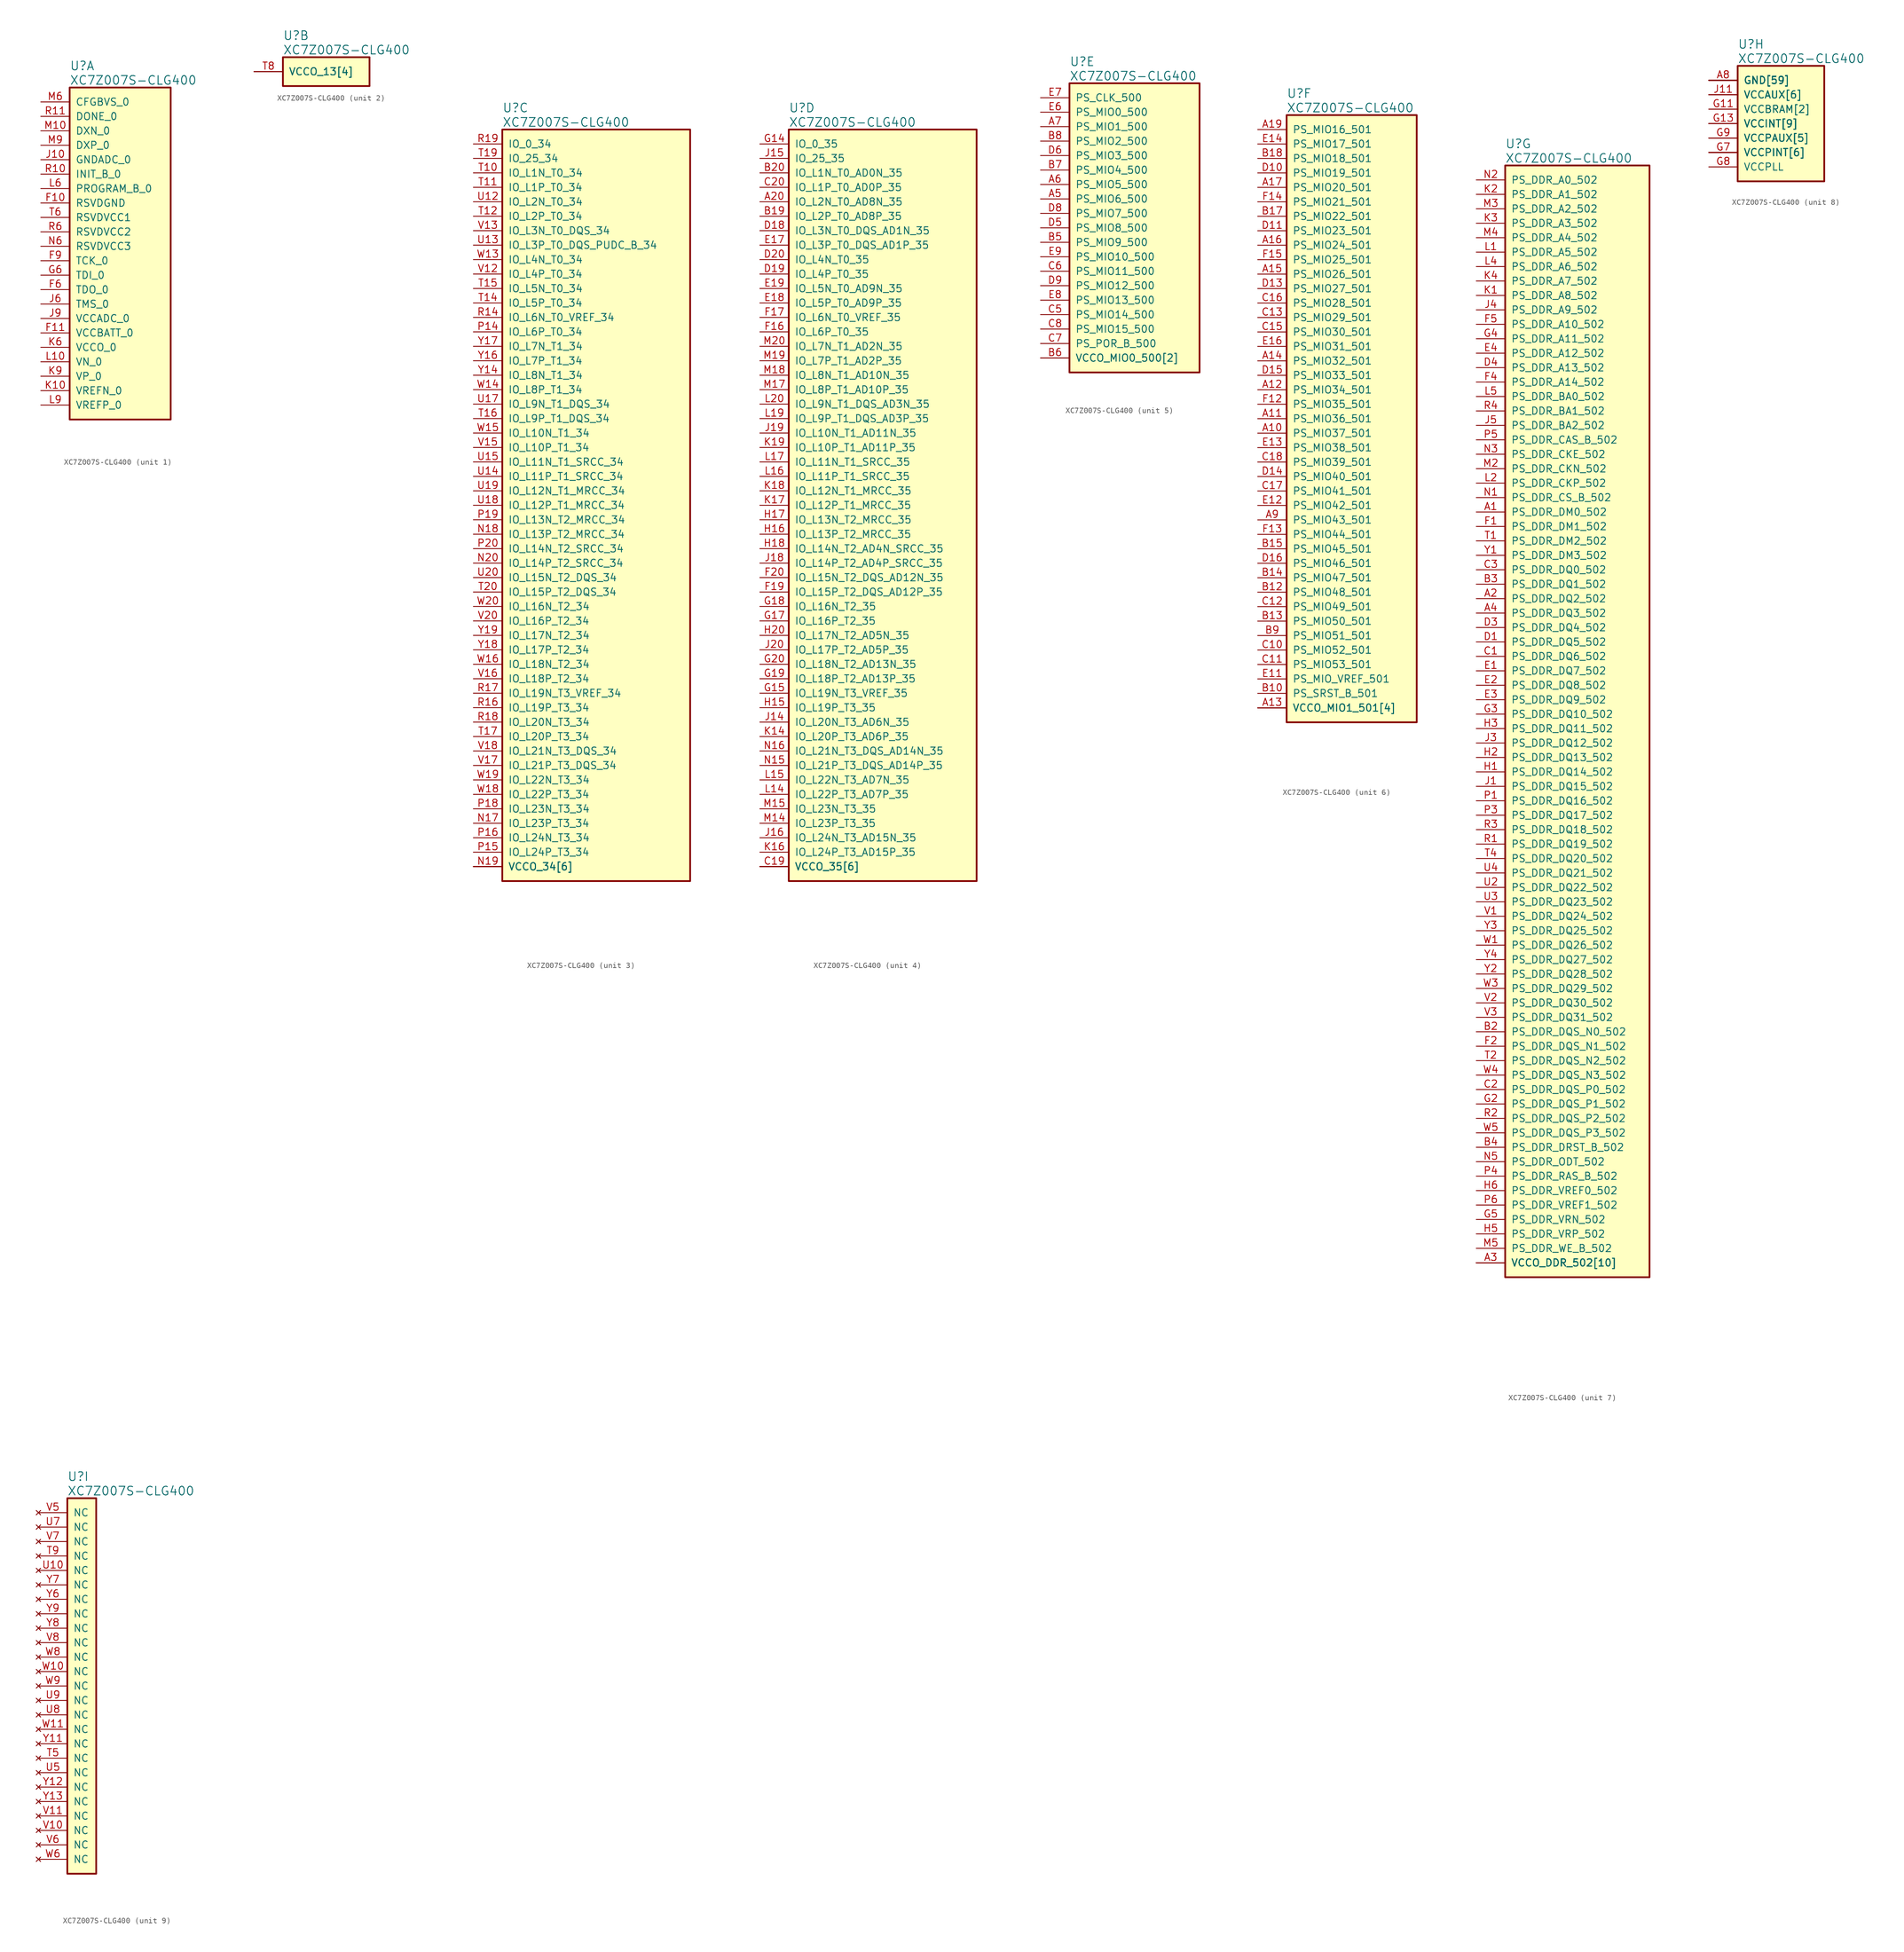
<source format=kicad_sym>
(kicad_symbol_lib
  (version 20231120)
  (generator "kicad_symbol_editor")
  (generator_version "8.0")
  (symbol "XC7Z007S-CLG400"
    (pin_names
      (offset 1.016))
    (property "Reference" "U"
      (at 5.08 6.35 0)
      (effects (font (size 1.524 1.524)) (justify left)))
    (property "Value" "XC7Z007S-CLG400"
      (at 5.08 3.81 0)
      (effects (font (size 1.524 1.524)) (justify left)))
    (property "ki_locked" ""
      (at 0 0 0)
      (effects (font (size 1.27 1.27))))
    (symbol "XC7Z007S-CLG400_1_1"
      (rectangle (start 5.08 2.54) (end 22.86 -55.88) (stroke (width 0.305) (type default)) (fill (type background)))
      (pin power_in line (at 0 -17.78 0) (length 5.08) (name "RSVDGND" (effects (font (size 1.27 1.27)))) (number "F10" (effects (font (size 1.27 1.27)))))
      (pin power_in line (at 0 -40.64 0) (length 5.08) (name "VCCBATT_0" (effects (font (size 1.27 1.27)))) (number "F11" (effects (font (size 1.27 1.27)))))
      (pin output line (at 0 -33.02 0) (length 5.08) (name "TDO_0" (effects (font (size 1.27 1.27)))) (number "F6" (effects (font (size 1.27 1.27)))))
      (pin input line (at 0 -27.94 0) (length 5.08) (name "TCK_0" (effects (font (size 1.27 1.27)))) (number "F9" (effects (font (size 1.27 1.27)))))
      (pin input line (at 0 -30.48 0) (length 5.08) (name "TDI_0" (effects (font (size 1.27 1.27)))) (number "G6" (effects (font (size 1.27 1.27)))))
      (pin power_in line (at 0 -10.16 0) (length 5.08) (name "GNDADC_0" (effects (font (size 1.27 1.27)))) (number "J10" (effects (font (size 1.27 1.27)))))
      (pin input line (at 0 -35.56 0) (length 5.08) (name "TMS_0" (effects (font (size 1.27 1.27)))) (number "J6" (effects (font (size 1.27 1.27)))))
      (pin power_in line (at 0 -38.1 0) (length 5.08) (name "VCCADC_0" (effects (font (size 1.27 1.27)))) (number "J9" (effects (font (size 1.27 1.27)))))
      (pin input line (at 0 -50.8 0) (length 5.08) (name "VREFN_0" (effects (font (size 1.27 1.27)))) (number "K10" (effects (font (size 1.27 1.27)))))
      (pin power_in line (at 0 -43.18 0) (length 5.08) (name "VCCO_0" (effects (font (size 1.27 1.27)))) (number "K6" (effects (font (size 1.27 1.27)))))
      (pin input line (at 0 -48.26 0) (length 5.08) (name "VP_0" (effects (font (size 1.27 1.27)))) (number "K9" (effects (font (size 1.27 1.27)))))
      (pin input line (at 0 -45.72 0) (length 5.08) (name "VN_0" (effects (font (size 1.27 1.27)))) (number "L10" (effects (font (size 1.27 1.27)))))
      (pin input line (at 0 -15.24 0) (length 5.08) (name "PROGRAM_B_0" (effects (font (size 1.27 1.27)))) (number "L6" (effects (font (size 1.27 1.27)))))
      (pin input line (at 0 -53.34 0) (length 5.08) (name "VREFP_0" (effects (font (size 1.27 1.27)))) (number "L9" (effects (font (size 1.27 1.27)))))
      (pin passive line (at 0 -5.08 0) (length 5.08) (name "DXN_0" (effects (font (size 1.27 1.27)))) (number "M10" (effects (font (size 1.27 1.27)))))
      (pin input line (at 0 0 0) (length 5.08) (name "CFGBVS_0" (effects (font (size 1.27 1.27)))) (number "M6" (effects (font (size 1.27 1.27)))))
      (pin passive line (at 0 -7.62 0) (length 5.08) (name "DXP_0" (effects (font (size 1.27 1.27)))) (number "M9" (effects (font (size 1.27 1.27)))))
      (pin power_in line (at 0 -25.4 0) (length 5.08) (name "RSVDVCC3" (effects (font (size 1.27 1.27)))) (number "N6" (effects (font (size 1.27 1.27)))))
      (pin input line (at 0 -12.7 0) (length 5.08) (name "INIT_B_0" (effects (font (size 1.27 1.27)))) (number "R10" (effects (font (size 1.27 1.27)))))
      (pin output line (at 0 -2.54 0) (length 5.08) (name "DONE_0" (effects (font (size 1.27 1.27)))) (number "R11" (effects (font (size 1.27 1.27)))))
      (pin power_in line (at 0 -22.86 0) (length 5.08) (name "RSVDVCC2" (effects (font (size 1.27 1.27)))) (number "R6" (effects (font (size 1.27 1.27)))))
      (pin power_in line (at 0 -20.32 0) (length 5.08) (name "RSVDVCC1" (effects (font (size 1.27 1.27)))) (number "T6" (effects (font (size 1.27 1.27))))))
    (symbol "XC7Z007S-CLG400_2_1"
      (rectangle (start 5.08 2.54) (end 20.32 -2.54) (stroke (width 0.305) (type default)) (fill (type background)))
      (pin power_in line (at 0 0 0) (length 5.08) (name "VCCO_13[4]" (effects (font (size 1.27 1.27)))) (number "T8" (effects (font (size 1.27 1.27)))))
      (pin power_in line (at 0 0 0) (length 5.08) (name "VCCO_13[4]" (effects (font (size 1.27 1.27)))) (number "U11" (effects (font (size 0 0)))))
      (pin power_in line (at 0 0 0) (length 5.08) (name "VCCO_13[4]" (effects (font (size 1.27 1.27)))) (number "W7" (effects (font (size 0 0)))))
      (pin power_in line (at 0 0 0) (length 5.08) (name "VCCO_13[4]" (effects (font (size 1.27 1.27)))) (number "Y10" (effects (font (size 0 0))))))
    (symbol "XC7Z007S-CLG400_3_1"
      (rectangle (start 5.08 2.54) (end 38.1 -129.54) (stroke (width 0.305) (type default)) (fill (type background)))
      (pin bidirectional line (at 0 -119.38 0) (length 5.08) (name "IO_L23P_T3_34" (effects (font (size 1.27 1.27)))) (number "N17" (effects (font (size 1.27 1.27)))))
      (pin bidirectional line (at 0 -68.58 0) (length 5.08) (name "IO_L13P_T2_MRCC_34" (effects (font (size 1.27 1.27)))) (number "N18" (effects (font (size 1.27 1.27)))))
      (pin power_in line (at 0 -127 0) (length 5.08) (name "VCCO_34[6]" (effects (font (size 1.27 1.27)))) (number "N19" (effects (font (size 1.27 1.27)))))
      (pin bidirectional line (at 0 -73.66 0) (length 5.08) (name "IO_L14P_T2_SRCC_34" (effects (font (size 1.27 1.27)))) (number "N20" (effects (font (size 1.27 1.27)))))
      (pin bidirectional line (at 0 -33.02 0) (length 5.08) (name "IO_L6P_T0_34" (effects (font (size 1.27 1.27)))) (number "P14" (effects (font (size 1.27 1.27)))))
      (pin bidirectional line (at 0 -124.46 0) (length 5.08) (name "IO_L24P_T3_34" (effects (font (size 1.27 1.27)))) (number "P15" (effects (font (size 1.27 1.27)))))
      (pin bidirectional line (at 0 -121.92 0) (length 5.08) (name "IO_L24N_T3_34" (effects (font (size 1.27 1.27)))) (number "P16" (effects (font (size 1.27 1.27)))))
      (pin bidirectional line (at 0 -116.84 0) (length 5.08) (name "IO_L23N_T3_34" (effects (font (size 1.27 1.27)))) (number "P18" (effects (font (size 1.27 1.27)))))
      (pin bidirectional line (at 0 -66.04 0) (length 5.08) (name "IO_L13N_T2_MRCC_34" (effects (font (size 1.27 1.27)))) (number "P19" (effects (font (size 1.27 1.27)))))
      (pin bidirectional line (at 0 -71.12 0) (length 5.08) (name "IO_L14N_T2_SRCC_34" (effects (font (size 1.27 1.27)))) (number "P20" (effects (font (size 1.27 1.27)))))
      (pin bidirectional line (at 0 -30.48 0) (length 5.08) (name "IO_L6N_T0_VREF_34" (effects (font (size 1.27 1.27)))) (number "R14" (effects (font (size 1.27 1.27)))))
      (pin power_in line (at 0 -127 0) (length 5.08) (name "VCCO_34[6]" (effects (font (size 1.27 1.27)))) (number "R15" (effects (font (size 0 0)))))
      (pin bidirectional line (at 0 -99.06 0) (length 5.08) (name "IO_L19P_T3_34" (effects (font (size 1.27 1.27)))) (number "R16" (effects (font (size 1.27 1.27)))))
      (pin bidirectional line (at 0 -96.52 0) (length 5.08) (name "IO_L19N_T3_VREF_34" (effects (font (size 1.27 1.27)))) (number "R17" (effects (font (size 1.27 1.27)))))
      (pin bidirectional line (at 0 -101.6 0) (length 5.08) (name "IO_L20N_T3_34" (effects (font (size 1.27 1.27)))) (number "R18" (effects (font (size 1.27 1.27)))))
      (pin bidirectional line (at 0 0 0) (length 5.08) (name "IO_0_34" (effects (font (size 1.27 1.27)))) (number "R19" (effects (font (size 1.27 1.27)))))
      (pin bidirectional line (at 0 -5.08 0) (length 5.08) (name "IO_L1N_T0_34" (effects (font (size 1.27 1.27)))) (number "T10" (effects (font (size 1.27 1.27)))))
      (pin bidirectional line (at 0 -7.62 0) (length 5.08) (name "IO_L1P_T0_34" (effects (font (size 1.27 1.27)))) (number "T11" (effects (font (size 1.27 1.27)))))
      (pin bidirectional line (at 0 -12.7 0) (length 5.08) (name "IO_L2P_T0_34" (effects (font (size 1.27 1.27)))) (number "T12" (effects (font (size 1.27 1.27)))))
      (pin bidirectional line (at 0 -27.94 0) (length 5.08) (name "IO_L5P_T0_34" (effects (font (size 1.27 1.27)))) (number "T14" (effects (font (size 1.27 1.27)))))
      (pin bidirectional line (at 0 -25.4 0) (length 5.08) (name "IO_L5N_T0_34" (effects (font (size 1.27 1.27)))) (number "T15" (effects (font (size 1.27 1.27)))))
      (pin bidirectional line (at 0 -48.26 0) (length 5.08) (name "IO_L9P_T1_DQS_34" (effects (font (size 1.27 1.27)))) (number "T16" (effects (font (size 1.27 1.27)))))
      (pin bidirectional line (at 0 -104.14 0) (length 5.08) (name "IO_L20P_T3_34" (effects (font (size 1.27 1.27)))) (number "T17" (effects (font (size 1.27 1.27)))))
      (pin power_in line (at 0 -127 0) (length 5.08) (name "VCCO_34[6]" (effects (font (size 1.27 1.27)))) (number "T18" (effects (font (size 0 0)))))
      (pin bidirectional line (at 0 -2.54 0) (length 5.08) (name "IO_25_34" (effects (font (size 1.27 1.27)))) (number "T19" (effects (font (size 1.27 1.27)))))
      (pin bidirectional line (at 0 -78.74 0) (length 5.08) (name "IO_L15P_T2_DQS_34" (effects (font (size 1.27 1.27)))) (number "T20" (effects (font (size 1.27 1.27)))))
      (pin bidirectional line (at 0 -10.16 0) (length 5.08) (name "IO_L2N_T0_34" (effects (font (size 1.27 1.27)))) (number "U12" (effects (font (size 1.27 1.27)))))
      (pin bidirectional line (at 0 -17.78 0) (length 5.08) (name "IO_L3P_T0_DQS_PUDC_B_34" (effects (font (size 1.27 1.27)))) (number "U13" (effects (font (size 1.27 1.27)))))
      (pin bidirectional line (at 0 -58.42 0) (length 5.08) (name "IO_L11P_T1_SRCC_34" (effects (font (size 1.27 1.27)))) (number "U14" (effects (font (size 1.27 1.27)))))
      (pin bidirectional line (at 0 -55.88 0) (length 5.08) (name "IO_L11N_T1_SRCC_34" (effects (font (size 1.27 1.27)))) (number "U15" (effects (font (size 1.27 1.27)))))
      (pin bidirectional line (at 0 -45.72 0) (length 5.08) (name "IO_L9N_T1_DQS_34" (effects (font (size 1.27 1.27)))) (number "U17" (effects (font (size 1.27 1.27)))))
      (pin bidirectional line (at 0 -63.5 0) (length 5.08) (name "IO_L12P_T1_MRCC_34" (effects (font (size 1.27 1.27)))) (number "U18" (effects (font (size 1.27 1.27)))))
      (pin bidirectional line (at 0 -60.96 0) (length 5.08) (name "IO_L12N_T1_MRCC_34" (effects (font (size 1.27 1.27)))) (number "U19" (effects (font (size 1.27 1.27)))))
      (pin bidirectional line (at 0 -76.2 0) (length 5.08) (name "IO_L15N_T2_DQS_34" (effects (font (size 1.27 1.27)))) (number "U20" (effects (font (size 1.27 1.27)))))
      (pin bidirectional line (at 0 -22.86 0) (length 5.08) (name "IO_L4P_T0_34" (effects (font (size 1.27 1.27)))) (number "V12" (effects (font (size 1.27 1.27)))))
      (pin bidirectional line (at 0 -15.24 0) (length 5.08) (name "IO_L3N_T0_DQS_34" (effects (font (size 1.27 1.27)))) (number "V13" (effects (font (size 1.27 1.27)))))
      (pin power_in line (at 0 -127 0) (length 5.08) (name "VCCO_34[6]" (effects (font (size 1.27 1.27)))) (number "V14" (effects (font (size 0 0)))))
      (pin bidirectional line (at 0 -53.34 0) (length 5.08) (name "IO_L10P_T1_34" (effects (font (size 1.27 1.27)))) (number "V15" (effects (font (size 1.27 1.27)))))
      (pin bidirectional line (at 0 -93.98 0) (length 5.08) (name "IO_L18P_T2_34" (effects (font (size 1.27 1.27)))) (number "V16" (effects (font (size 1.27 1.27)))))
      (pin bidirectional line (at 0 -109.22 0) (length 5.08) (name "IO_L21P_T3_DQS_34" (effects (font (size 1.27 1.27)))) (number "V17" (effects (font (size 1.27 1.27)))))
      (pin bidirectional line (at 0 -106.68 0) (length 5.08) (name "IO_L21N_T3_DQS_34" (effects (font (size 1.27 1.27)))) (number "V18" (effects (font (size 1.27 1.27)))))
      (pin bidirectional line (at 0 -83.82 0) (length 5.08) (name "IO_L16P_T2_34" (effects (font (size 1.27 1.27)))) (number "V20" (effects (font (size 1.27 1.27)))))
      (pin bidirectional line (at 0 -20.32 0) (length 5.08) (name "IO_L4N_T0_34" (effects (font (size 1.27 1.27)))) (number "W13" (effects (font (size 1.27 1.27)))))
      (pin bidirectional line (at 0 -43.18 0) (length 5.08) (name "IO_L8P_T1_34" (effects (font (size 1.27 1.27)))) (number "W14" (effects (font (size 1.27 1.27)))))
      (pin bidirectional line (at 0 -50.8 0) (length 5.08) (name "IO_L10N_T1_34" (effects (font (size 1.27 1.27)))) (number "W15" (effects (font (size 1.27 1.27)))))
      (pin bidirectional line (at 0 -91.44 0) (length 5.08) (name "IO_L18N_T2_34" (effects (font (size 1.27 1.27)))) (number "W16" (effects (font (size 1.27 1.27)))))
      (pin power_in line (at 0 -127 0) (length 5.08) (name "VCCO_34[6]" (effects (font (size 1.27 1.27)))) (number "W17" (effects (font (size 0 0)))))
      (pin bidirectional line (at 0 -114.3 0) (length 5.08) (name "IO_L22P_T3_34" (effects (font (size 1.27 1.27)))) (number "W18" (effects (font (size 1.27 1.27)))))
      (pin bidirectional line (at 0 -111.76 0) (length 5.08) (name "IO_L22N_T3_34" (effects (font (size 1.27 1.27)))) (number "W19" (effects (font (size 1.27 1.27)))))
      (pin bidirectional line (at 0 -81.28 0) (length 5.08) (name "IO_L16N_T2_34" (effects (font (size 1.27 1.27)))) (number "W20" (effects (font (size 1.27 1.27)))))
      (pin bidirectional line (at 0 -40.64 0) (length 5.08) (name "IO_L8N_T1_34" (effects (font (size 1.27 1.27)))) (number "Y14" (effects (font (size 1.27 1.27)))))
      (pin bidirectional line (at 0 -38.1 0) (length 5.08) (name "IO_L7P_T1_34" (effects (font (size 1.27 1.27)))) (number "Y16" (effects (font (size 1.27 1.27)))))
      (pin bidirectional line (at 0 -35.56 0) (length 5.08) (name "IO_L7N_T1_34" (effects (font (size 1.27 1.27)))) (number "Y17" (effects (font (size 1.27 1.27)))))
      (pin bidirectional line (at 0 -88.9 0) (length 5.08) (name "IO_L17P_T2_34" (effects (font (size 1.27 1.27)))) (number "Y18" (effects (font (size 1.27 1.27)))))
      (pin bidirectional line (at 0 -86.36 0) (length 5.08) (name "IO_L17N_T2_34" (effects (font (size 1.27 1.27)))) (number "Y19" (effects (font (size 1.27 1.27)))))
      (pin power_in line (at 0 -127 0) (length 5.08) (name "VCCO_34[6]" (effects (font (size 1.27 1.27)))) (number "Y20" (effects (font (size 0 0))))))
    (symbol "XC7Z007S-CLG400_4_1"
      (rectangle (start 5.08 2.54) (end 38.1 -129.54) (stroke (width 0.305) (type default)) (fill (type background)))
      (pin bidirectional line (at 0 -10.16 0) (length 5.08) (name "IO_L2N_T0_AD8N_35" (effects (font (size 1.27 1.27)))) (number "A20" (effects (font (size 1.27 1.27)))))
      (pin bidirectional line (at 0 -12.7 0) (length 5.08) (name "IO_L2P_T0_AD8P_35" (effects (font (size 1.27 1.27)))) (number "B19" (effects (font (size 1.27 1.27)))))
      (pin bidirectional line (at 0 -5.08 0) (length 5.08) (name "IO_L1N_T0_AD0N_35" (effects (font (size 1.27 1.27)))) (number "B20" (effects (font (size 1.27 1.27)))))
      (pin power_in line (at 0 -127 0) (length 5.08) (name "VCCO_35[6]" (effects (font (size 1.27 1.27)))) (number "C19" (effects (font (size 1.27 1.27)))))
      (pin bidirectional line (at 0 -7.62 0) (length 5.08) (name "IO_L1P_T0_AD0P_35" (effects (font (size 1.27 1.27)))) (number "C20" (effects (font (size 1.27 1.27)))))
      (pin bidirectional line (at 0 -15.24 0) (length 5.08) (name "IO_L3N_T0_DQS_AD1N_35" (effects (font (size 1.27 1.27)))) (number "D18" (effects (font (size 1.27 1.27)))))
      (pin bidirectional line (at 0 -22.86 0) (length 5.08) (name "IO_L4P_T0_35" (effects (font (size 1.27 1.27)))) (number "D19" (effects (font (size 1.27 1.27)))))
      (pin bidirectional line (at 0 -20.32 0) (length 5.08) (name "IO_L4N_T0_35" (effects (font (size 1.27 1.27)))) (number "D20" (effects (font (size 1.27 1.27)))))
      (pin bidirectional line (at 0 -17.78 0) (length 5.08) (name "IO_L3P_T0_DQS_AD1P_35" (effects (font (size 1.27 1.27)))) (number "E17" (effects (font (size 1.27 1.27)))))
      (pin bidirectional line (at 0 -27.94 0) (length 5.08) (name "IO_L5P_T0_AD9P_35" (effects (font (size 1.27 1.27)))) (number "E18" (effects (font (size 1.27 1.27)))))
      (pin bidirectional line (at 0 -25.4 0) (length 5.08) (name "IO_L5N_T0_AD9N_35" (effects (font (size 1.27 1.27)))) (number "E19" (effects (font (size 1.27 1.27)))))
      (pin bidirectional line (at 0 -33.02 0) (length 5.08) (name "IO_L6P_T0_35" (effects (font (size 1.27 1.27)))) (number "F16" (effects (font (size 1.27 1.27)))))
      (pin bidirectional line (at 0 -30.48 0) (length 5.08) (name "IO_L6N_T0_VREF_35" (effects (font (size 1.27 1.27)))) (number "F17" (effects (font (size 1.27 1.27)))))
      (pin power_in line (at 0 -127 0) (length 5.08) (name "VCCO_35[6]" (effects (font (size 1.27 1.27)))) (number "F18" (effects (font (size 0 0)))))
      (pin bidirectional line (at 0 -78.74 0) (length 5.08) (name "IO_L15P_T2_DQS_AD12P_35" (effects (font (size 1.27 1.27)))) (number "F19" (effects (font (size 1.27 1.27)))))
      (pin bidirectional line (at 0 -76.2 0) (length 5.08) (name "IO_L15N_T2_DQS_AD12N_35" (effects (font (size 1.27 1.27)))) (number "F20" (effects (font (size 1.27 1.27)))))
      (pin bidirectional line (at 0 0 0) (length 5.08) (name "IO_0_35" (effects (font (size 1.27 1.27)))) (number "G14" (effects (font (size 1.27 1.27)))))
      (pin bidirectional line (at 0 -96.52 0) (length 5.08) (name "IO_L19N_T3_VREF_35" (effects (font (size 1.27 1.27)))) (number "G15" (effects (font (size 1.27 1.27)))))
      (pin bidirectional line (at 0 -83.82 0) (length 5.08) (name "IO_L16P_T2_35" (effects (font (size 1.27 1.27)))) (number "G17" (effects (font (size 1.27 1.27)))))
      (pin bidirectional line (at 0 -81.28 0) (length 5.08) (name "IO_L16N_T2_35" (effects (font (size 1.27 1.27)))) (number "G18" (effects (font (size 1.27 1.27)))))
      (pin bidirectional line (at 0 -93.98 0) (length 5.08) (name "IO_L18P_T2_AD13P_35" (effects (font (size 1.27 1.27)))) (number "G19" (effects (font (size 1.27 1.27)))))
      (pin bidirectional line (at 0 -91.44 0) (length 5.08) (name "IO_L18N_T2_AD13N_35" (effects (font (size 1.27 1.27)))) (number "G20" (effects (font (size 1.27 1.27)))))
      (pin power_in line (at 0 -127 0) (length 5.08) (name "VCCO_35[6]" (effects (font (size 1.27 1.27)))) (number "H14" (effects (font (size 0 0)))))
      (pin bidirectional line (at 0 -99.06 0) (length 5.08) (name "IO_L19P_T3_35" (effects (font (size 1.27 1.27)))) (number "H15" (effects (font (size 1.27 1.27)))))
      (pin bidirectional line (at 0 -68.58 0) (length 5.08) (name "IO_L13P_T2_MRCC_35" (effects (font (size 1.27 1.27)))) (number "H16" (effects (font (size 1.27 1.27)))))
      (pin bidirectional line (at 0 -66.04 0) (length 5.08) (name "IO_L13N_T2_MRCC_35" (effects (font (size 1.27 1.27)))) (number "H17" (effects (font (size 1.27 1.27)))))
      (pin bidirectional line (at 0 -71.12 0) (length 5.08) (name "IO_L14N_T2_AD4N_SRCC_35" (effects (font (size 1.27 1.27)))) (number "H18" (effects (font (size 1.27 1.27)))))
      (pin bidirectional line (at 0 -86.36 0) (length 5.08) (name "IO_L17N_T2_AD5N_35" (effects (font (size 1.27 1.27)))) (number "H20" (effects (font (size 1.27 1.27)))))
      (pin bidirectional line (at 0 -101.6 0) (length 5.08) (name "IO_L20N_T3_AD6N_35" (effects (font (size 1.27 1.27)))) (number "J14" (effects (font (size 1.27 1.27)))))
      (pin bidirectional line (at 0 -2.54 0) (length 5.08) (name "IO_25_35" (effects (font (size 1.27 1.27)))) (number "J15" (effects (font (size 1.27 1.27)))))
      (pin bidirectional line (at 0 -121.92 0) (length 5.08) (name "IO_L24N_T3_AD15N_35" (effects (font (size 1.27 1.27)))) (number "J16" (effects (font (size 1.27 1.27)))))
      (pin power_in line (at 0 -127 0) (length 5.08) (name "VCCO_35[6]" (effects (font (size 1.27 1.27)))) (number "J17" (effects (font (size 0 0)))))
      (pin bidirectional line (at 0 -73.66 0) (length 5.08) (name "IO_L14P_T2_AD4P_SRCC_35" (effects (font (size 1.27 1.27)))) (number "J18" (effects (font (size 1.27 1.27)))))
      (pin bidirectional line (at 0 -50.8 0) (length 5.08) (name "IO_L10N_T1_AD11N_35" (effects (font (size 1.27 1.27)))) (number "J19" (effects (font (size 1.27 1.27)))))
      (pin bidirectional line (at 0 -88.9 0) (length 5.08) (name "IO_L17P_T2_AD5P_35" (effects (font (size 1.27 1.27)))) (number "J20" (effects (font (size 1.27 1.27)))))
      (pin bidirectional line (at 0 -104.14 0) (length 5.08) (name "IO_L20P_T3_AD6P_35" (effects (font (size 1.27 1.27)))) (number "K14" (effects (font (size 1.27 1.27)))))
      (pin bidirectional line (at 0 -124.46 0) (length 5.08) (name "IO_L24P_T3_AD15P_35" (effects (font (size 1.27 1.27)))) (number "K16" (effects (font (size 1.27 1.27)))))
      (pin bidirectional line (at 0 -63.5 0) (length 5.08) (name "IO_L12P_T1_MRCC_35" (effects (font (size 1.27 1.27)))) (number "K17" (effects (font (size 1.27 1.27)))))
      (pin bidirectional line (at 0 -60.96 0) (length 5.08) (name "IO_L12N_T1_MRCC_35" (effects (font (size 1.27 1.27)))) (number "K18" (effects (font (size 1.27 1.27)))))
      (pin bidirectional line (at 0 -53.34 0) (length 5.08) (name "IO_L10P_T1_AD11P_35" (effects (font (size 1.27 1.27)))) (number "K19" (effects (font (size 1.27 1.27)))))
      (pin power_in line (at 0 -127 0) (length 5.08) (name "VCCO_35[6]" (effects (font (size 1.27 1.27)))) (number "K20" (effects (font (size 0 0)))))
      (pin bidirectional line (at 0 -114.3 0) (length 5.08) (name "IO_L22P_T3_AD7P_35" (effects (font (size 1.27 1.27)))) (number "L14" (effects (font (size 1.27 1.27)))))
      (pin bidirectional line (at 0 -111.76 0) (length 5.08) (name "IO_L22N_T3_AD7N_35" (effects (font (size 1.27 1.27)))) (number "L15" (effects (font (size 1.27 1.27)))))
      (pin bidirectional line (at 0 -58.42 0) (length 5.08) (name "IO_L11P_T1_SRCC_35" (effects (font (size 1.27 1.27)))) (number "L16" (effects (font (size 1.27 1.27)))))
      (pin bidirectional line (at 0 -55.88 0) (length 5.08) (name "IO_L11N_T1_SRCC_35" (effects (font (size 1.27 1.27)))) (number "L17" (effects (font (size 1.27 1.27)))))
      (pin bidirectional line (at 0 -48.26 0) (length 5.08) (name "IO_L9P_T1_DQS_AD3P_35" (effects (font (size 1.27 1.27)))) (number "L19" (effects (font (size 1.27 1.27)))))
      (pin bidirectional line (at 0 -45.72 0) (length 5.08) (name "IO_L9N_T1_DQS_AD3N_35" (effects (font (size 1.27 1.27)))) (number "L20" (effects (font (size 1.27 1.27)))))
      (pin bidirectional line (at 0 -119.38 0) (length 5.08) (name "IO_L23P_T3_35" (effects (font (size 1.27 1.27)))) (number "M14" (effects (font (size 1.27 1.27)))))
      (pin bidirectional line (at 0 -116.84 0) (length 5.08) (name "IO_L23N_T3_35" (effects (font (size 1.27 1.27)))) (number "M15" (effects (font (size 1.27 1.27)))))
      (pin power_in line (at 0 -127 0) (length 5.08) (name "VCCO_35[6]" (effects (font (size 1.27 1.27)))) (number "M16" (effects (font (size 0 0)))))
      (pin bidirectional line (at 0 -43.18 0) (length 5.08) (name "IO_L8P_T1_AD10P_35" (effects (font (size 1.27 1.27)))) (number "M17" (effects (font (size 1.27 1.27)))))
      (pin bidirectional line (at 0 -40.64 0) (length 5.08) (name "IO_L8N_T1_AD10N_35" (effects (font (size 1.27 1.27)))) (number "M18" (effects (font (size 1.27 1.27)))))
      (pin bidirectional line (at 0 -38.1 0) (length 5.08) (name "IO_L7P_T1_AD2P_35" (effects (font (size 1.27 1.27)))) (number "M19" (effects (font (size 1.27 1.27)))))
      (pin bidirectional line (at 0 -35.56 0) (length 5.08) (name "IO_L7N_T1_AD2N_35" (effects (font (size 1.27 1.27)))) (number "M20" (effects (font (size 1.27 1.27)))))
      (pin bidirectional line (at 0 -109.22 0) (length 5.08) (name "IO_L21P_T3_DQS_AD14P_35" (effects (font (size 1.27 1.27)))) (number "N15" (effects (font (size 1.27 1.27)))))
      (pin bidirectional line (at 0 -106.68 0) (length 5.08) (name "IO_L21N_T3_DQS_AD14N_35" (effects (font (size 1.27 1.27)))) (number "N16" (effects (font (size 1.27 1.27))))))
    (symbol "XC7Z007S-CLG400_5_1"
      (rectangle (start 5.08 2.54) (end 27.94 -48.26) (stroke (width 0.305) (type default)) (fill (type background)))
      (pin bidirectional line (at 0 -17.78 0) (length 5.08) (name "PS_MIO6_500" (effects (font (size 1.27 1.27)))) (number "A5" (effects (font (size 1.27 1.27)))))
      (pin bidirectional line (at 0 -15.24 0) (length 5.08) (name "PS_MIO5_500" (effects (font (size 1.27 1.27)))) (number "A6" (effects (font (size 1.27 1.27)))))
      (pin bidirectional line (at 0 -5.08 0) (length 5.08) (name "PS_MIO1_500" (effects (font (size 1.27 1.27)))) (number "A7" (effects (font (size 1.27 1.27)))))
      (pin bidirectional line (at 0 -25.4 0) (length 5.08) (name "PS_MIO9_500" (effects (font (size 1.27 1.27)))) (number "B5" (effects (font (size 1.27 1.27)))))
      (pin power_in line (at 0 -45.72 0) (length 5.08) (name "VCCO_MIO0_500[2]" (effects (font (size 1.27 1.27)))) (number "B6" (effects (font (size 1.27 1.27)))))
      (pin bidirectional line (at 0 -12.7 0) (length 5.08) (name "PS_MIO4_500" (effects (font (size 1.27 1.27)))) (number "B7" (effects (font (size 1.27 1.27)))))
      (pin bidirectional line (at 0 -7.62 0) (length 5.08) (name "PS_MIO2_500" (effects (font (size 1.27 1.27)))) (number "B8" (effects (font (size 1.27 1.27)))))
      (pin bidirectional line (at 0 -38.1 0) (length 5.08) (name "PS_MIO14_500" (effects (font (size 1.27 1.27)))) (number "C5" (effects (font (size 1.27 1.27)))))
      (pin bidirectional line (at 0 -30.48 0) (length 5.08) (name "PS_MIO11_500" (effects (font (size 1.27 1.27)))) (number "C6" (effects (font (size 1.27 1.27)))))
      (pin input line (at 0 -43.18 0) (length 5.08) (name "PS_POR_B_500" (effects (font (size 1.27 1.27)))) (number "C7" (effects (font (size 1.27 1.27)))))
      (pin bidirectional line (at 0 -40.64 0) (length 5.08) (name "PS_MIO15_500" (effects (font (size 1.27 1.27)))) (number "C8" (effects (font (size 1.27 1.27)))))
      (pin bidirectional line (at 0 -22.86 0) (length 5.08) (name "PS_MIO8_500" (effects (font (size 1.27 1.27)))) (number "D5" (effects (font (size 1.27 1.27)))))
      (pin bidirectional line (at 0 -10.16 0) (length 5.08) (name "PS_MIO3_500" (effects (font (size 1.27 1.27)))) (number "D6" (effects (font (size 1.27 1.27)))))
      (pin power_in line (at 0 -45.72 0) (length 5.08) (name "VCCO_MIO0_500[2]" (effects (font (size 1.27 1.27)))) (number "D7" (effects (font (size 0 0)))))
      (pin bidirectional line (at 0 -20.32 0) (length 5.08) (name "PS_MIO7_500" (effects (font (size 1.27 1.27)))) (number "D8" (effects (font (size 1.27 1.27)))))
      (pin bidirectional line (at 0 -33.02 0) (length 5.08) (name "PS_MIO12_500" (effects (font (size 1.27 1.27)))) (number "D9" (effects (font (size 1.27 1.27)))))
      (pin bidirectional line (at 0 -2.54 0) (length 5.08) (name "PS_MIO0_500" (effects (font (size 1.27 1.27)))) (number "E6" (effects (font (size 1.27 1.27)))))
      (pin input line (at 0 0 0) (length 5.08) (name "PS_CLK_500" (effects (font (size 1.27 1.27)))) (number "E7" (effects (font (size 1.27 1.27)))))
      (pin bidirectional line (at 0 -35.56 0) (length 5.08) (name "PS_MIO13_500" (effects (font (size 1.27 1.27)))) (number "E8" (effects (font (size 1.27 1.27)))))
      (pin bidirectional line (at 0 -27.94 0) (length 5.08) (name "PS_MIO10_500" (effects (font (size 1.27 1.27)))) (number "E9" (effects (font (size 1.27 1.27))))))
    (symbol "XC7Z007S-CLG400_6_1"
      (rectangle (start 5.08 2.54) (end 27.94 -104.14) (stroke (width 0.305) (type default)) (fill (type background)))
      (pin bidirectional line (at 0 -53.34 0) (length 5.08) (name "PS_MIO37_501" (effects (font (size 1.27 1.27)))) (number "A10" (effects (font (size 1.27 1.27)))))
      (pin bidirectional line (at 0 -50.8 0) (length 5.08) (name "PS_MIO36_501" (effects (font (size 1.27 1.27)))) (number "A11" (effects (font (size 1.27 1.27)))))
      (pin bidirectional line (at 0 -45.72 0) (length 5.08) (name "PS_MIO34_501" (effects (font (size 1.27 1.27)))) (number "A12" (effects (font (size 1.27 1.27)))))
      (pin power_in line (at 0 -101.6 0) (length 5.08) (name "VCCO_MIO1_501[4]" (effects (font (size 1.27 1.27)))) (number "A13" (effects (font (size 1.27 1.27)))))
      (pin bidirectional line (at 0 -40.64 0) (length 5.08) (name "PS_MIO32_501" (effects (font (size 1.27 1.27)))) (number "A14" (effects (font (size 1.27 1.27)))))
      (pin bidirectional line (at 0 -25.4 0) (length 5.08) (name "PS_MIO26_501" (effects (font (size 1.27 1.27)))) (number "A15" (effects (font (size 1.27 1.27)))))
      (pin bidirectional line (at 0 -20.32 0) (length 5.08) (name "PS_MIO24_501" (effects (font (size 1.27 1.27)))) (number "A16" (effects (font (size 1.27 1.27)))))
      (pin bidirectional line (at 0 -10.16 0) (length 5.08) (name "PS_MIO20_501" (effects (font (size 1.27 1.27)))) (number "A17" (effects (font (size 1.27 1.27)))))
      (pin bidirectional line (at 0 0 0) (length 5.08) (name "PS_MIO16_501" (effects (font (size 1.27 1.27)))) (number "A19" (effects (font (size 1.27 1.27)))))
      (pin bidirectional line (at 0 -68.58 0) (length 5.08) (name "PS_MIO43_501" (effects (font (size 1.27 1.27)))) (number "A9" (effects (font (size 1.27 1.27)))))
      (pin input line (at 0 -99.06 0) (length 5.08) (name "PS_SRST_B_501" (effects (font (size 1.27 1.27)))) (number "B10" (effects (font (size 1.27 1.27)))))
      (pin bidirectional line (at 0 -81.28 0) (length 5.08) (name "PS_MIO48_501" (effects (font (size 1.27 1.27)))) (number "B12" (effects (font (size 1.27 1.27)))))
      (pin bidirectional line (at 0 -86.36 0) (length 5.08) (name "PS_MIO50_501" (effects (font (size 1.27 1.27)))) (number "B13" (effects (font (size 1.27 1.27)))))
      (pin bidirectional line (at 0 -78.74 0) (length 5.08) (name "PS_MIO47_501" (effects (font (size 1.27 1.27)))) (number "B14" (effects (font (size 1.27 1.27)))))
      (pin bidirectional line (at 0 -73.66 0) (length 5.08) (name "PS_MIO45_501" (effects (font (size 1.27 1.27)))) (number "B15" (effects (font (size 1.27 1.27)))))
      (pin power_in line (at 0 -101.6 0) (length 5.08) (name "VCCO_MIO1_501[4]" (effects (font (size 1.27 1.27)))) (number "B16" (effects (font (size 0 0)))))
      (pin bidirectional line (at 0 -15.24 0) (length 5.08) (name "PS_MIO22_501" (effects (font (size 1.27 1.27)))) (number "B17" (effects (font (size 1.27 1.27)))))
      (pin bidirectional line (at 0 -5.08 0) (length 5.08) (name "PS_MIO18_501" (effects (font (size 1.27 1.27)))) (number "B18" (effects (font (size 1.27 1.27)))))
      (pin bidirectional line (at 0 -88.9 0) (length 5.08) (name "PS_MIO51_501" (effects (font (size 1.27 1.27)))) (number "B9" (effects (font (size 1.27 1.27)))))
      (pin bidirectional line (at 0 -91.44 0) (length 5.08) (name "PS_MIO52_501" (effects (font (size 1.27 1.27)))) (number "C10" (effects (font (size 1.27 1.27)))))
      (pin bidirectional line (at 0 -93.98 0) (length 5.08) (name "PS_MIO53_501" (effects (font (size 1.27 1.27)))) (number "C11" (effects (font (size 1.27 1.27)))))
      (pin bidirectional line (at 0 -83.82 0) (length 5.08) (name "PS_MIO49_501" (effects (font (size 1.27 1.27)))) (number "C12" (effects (font (size 1.27 1.27)))))
      (pin bidirectional line (at 0 -33.02 0) (length 5.08) (name "PS_MIO29_501" (effects (font (size 1.27 1.27)))) (number "C13" (effects (font (size 1.27 1.27)))))
      (pin bidirectional line (at 0 -35.56 0) (length 5.08) (name "PS_MIO30_501" (effects (font (size 1.27 1.27)))) (number "C15" (effects (font (size 1.27 1.27)))))
      (pin bidirectional line (at 0 -30.48 0) (length 5.08) (name "PS_MIO28_501" (effects (font (size 1.27 1.27)))) (number "C16" (effects (font (size 1.27 1.27)))))
      (pin bidirectional line (at 0 -63.5 0) (length 5.08) (name "PS_MIO41_501" (effects (font (size 1.27 1.27)))) (number "C17" (effects (font (size 1.27 1.27)))))
      (pin bidirectional line (at 0 -58.42 0) (length 5.08) (name "PS_MIO39_501" (effects (font (size 1.27 1.27)))) (number "C18" (effects (font (size 1.27 1.27)))))
      (pin bidirectional line (at 0 -7.62 0) (length 5.08) (name "PS_MIO19_501" (effects (font (size 1.27 1.27)))) (number "D10" (effects (font (size 1.27 1.27)))))
      (pin bidirectional line (at 0 -17.78 0) (length 5.08) (name "PS_MIO23_501" (effects (font (size 1.27 1.27)))) (number "D11" (effects (font (size 1.27 1.27)))))
      (pin power_in line (at 0 -101.6 0) (length 5.08) (name "VCCO_MIO1_501[4]" (effects (font (size 1.27 1.27)))) (number "D12" (effects (font (size 0 0)))))
      (pin bidirectional line (at 0 -27.94 0) (length 5.08) (name "PS_MIO27_501" (effects (font (size 1.27 1.27)))) (number "D13" (effects (font (size 1.27 1.27)))))
      (pin bidirectional line (at 0 -60.96 0) (length 5.08) (name "PS_MIO40_501" (effects (font (size 1.27 1.27)))) (number "D14" (effects (font (size 1.27 1.27)))))
      (pin bidirectional line (at 0 -43.18 0) (length 5.08) (name "PS_MIO33_501" (effects (font (size 1.27 1.27)))) (number "D15" (effects (font (size 1.27 1.27)))))
      (pin bidirectional line (at 0 -76.2 0) (length 5.08) (name "PS_MIO46_501" (effects (font (size 1.27 1.27)))) (number "D16" (effects (font (size 1.27 1.27)))))
      (pin power_in line (at 0 -96.52 0) (length 5.08) (name "PS_MIO_VREF_501" (effects (font (size 1.27 1.27)))) (number "E11" (effects (font (size 1.27 1.27)))))
      (pin bidirectional line (at 0 -66.04 0) (length 5.08) (name "PS_MIO42_501" (effects (font (size 1.27 1.27)))) (number "E12" (effects (font (size 1.27 1.27)))))
      (pin bidirectional line (at 0 -55.88 0) (length 5.08) (name "PS_MIO38_501" (effects (font (size 1.27 1.27)))) (number "E13" (effects (font (size 1.27 1.27)))))
      (pin bidirectional line (at 0 -2.54 0) (length 5.08) (name "PS_MIO17_501" (effects (font (size 1.27 1.27)))) (number "E14" (effects (font (size 1.27 1.27)))))
      (pin power_in line (at 0 -101.6 0) (length 5.08) (name "VCCO_MIO1_501[4]" (effects (font (size 1.27 1.27)))) (number "E15" (effects (font (size 0 0)))))
      (pin bidirectional line (at 0 -38.1 0) (length 5.08) (name "PS_MIO31_501" (effects (font (size 1.27 1.27)))) (number "E16" (effects (font (size 1.27 1.27)))))
      (pin bidirectional line (at 0 -48.26 0) (length 5.08) (name "PS_MIO35_501" (effects (font (size 1.27 1.27)))) (number "F12" (effects (font (size 1.27 1.27)))))
      (pin bidirectional line (at 0 -71.12 0) (length 5.08) (name "PS_MIO44_501" (effects (font (size 1.27 1.27)))) (number "F13" (effects (font (size 1.27 1.27)))))
      (pin bidirectional line (at 0 -12.7 0) (length 5.08) (name "PS_MIO21_501" (effects (font (size 1.27 1.27)))) (number "F14" (effects (font (size 1.27 1.27)))))
      (pin bidirectional line (at 0 -22.86 0) (length 5.08) (name "PS_MIO25_501" (effects (font (size 1.27 1.27)))) (number "F15" (effects (font (size 1.27 1.27))))))
    (symbol "XC7Z007S-CLG400_7_1"
      (rectangle (start 5.08 2.54) (end 30.48 -193.04) (stroke (width 0.305) (type default)) (fill (type background)))
      (pin output line (at 0 -58.42 0) (length 5.08) (name "PS_DDR_DM0_502" (effects (font (size 1.27 1.27)))) (number "A1" (effects (font (size 1.27 1.27)))))
      (pin bidirectional line (at 0 -73.66 0) (length 5.08) (name "PS_DDR_DQ2_502" (effects (font (size 1.27 1.27)))) (number "A2" (effects (font (size 1.27 1.27)))))
      (pin power_in line (at 0 -190.5 0) (length 5.08) (name "VCCO_DDR_502[10]" (effects (font (size 1.27 1.27)))) (number "A3" (effects (font (size 1.27 1.27)))))
      (pin bidirectional line (at 0 -76.2 0) (length 5.08) (name "PS_DDR_DQ3_502" (effects (font (size 1.27 1.27)))) (number "A4" (effects (font (size 1.27 1.27)))))
      (pin bidirectional line (at 0 -149.86 0) (length 5.08) (name "PS_DDR_DQS_N0_502" (effects (font (size 1.27 1.27)))) (number "B2" (effects (font (size 1.27 1.27)))))
      (pin bidirectional line (at 0 -71.12 0) (length 5.08) (name "PS_DDR_DQ1_502" (effects (font (size 1.27 1.27)))) (number "B3" (effects (font (size 1.27 1.27)))))
      (pin output line (at 0 -170.18 0) (length 5.08) (name "PS_DDR_DRST_B_502" (effects (font (size 1.27 1.27)))) (number "B4" (effects (font (size 1.27 1.27)))))
      (pin bidirectional line (at 0 -83.82 0) (length 5.08) (name "PS_DDR_DQ6_502" (effects (font (size 1.27 1.27)))) (number "C1" (effects (font (size 1.27 1.27)))))
      (pin bidirectional line (at 0 -160.02 0) (length 5.08) (name "PS_DDR_DQS_P0_502" (effects (font (size 1.27 1.27)))) (number "C2" (effects (font (size 1.27 1.27)))))
      (pin bidirectional line (at 0 -68.58 0) (length 5.08) (name "PS_DDR_DQ0_502" (effects (font (size 1.27 1.27)))) (number "C3" (effects (font (size 1.27 1.27)))))
      (pin bidirectional line (at 0 -81.28 0) (length 5.08) (name "PS_DDR_DQ5_502" (effects (font (size 1.27 1.27)))) (number "D1" (effects (font (size 1.27 1.27)))))
      (pin power_in line (at 0 -190.5 0) (length 5.08) (name "VCCO_DDR_502[10]" (effects (font (size 1.27 1.27)))) (number "D2" (effects (font (size 0 0)))))
      (pin bidirectional line (at 0 -78.74 0) (length 5.08) (name "PS_DDR_DQ4_502" (effects (font (size 1.27 1.27)))) (number "D3" (effects (font (size 1.27 1.27)))))
      (pin output line (at 0 -33.02 0) (length 5.08) (name "PS_DDR_A13_502" (effects (font (size 1.27 1.27)))) (number "D4" (effects (font (size 1.27 1.27)))))
      (pin bidirectional line (at 0 -86.36 0) (length 5.08) (name "PS_DDR_DQ7_502" (effects (font (size 1.27 1.27)))) (number "E1" (effects (font (size 1.27 1.27)))))
      (pin bidirectional line (at 0 -88.9 0) (length 5.08) (name "PS_DDR_DQ8_502" (effects (font (size 1.27 1.27)))) (number "E2" (effects (font (size 1.27 1.27)))))
      (pin bidirectional line (at 0 -91.44 0) (length 5.08) (name "PS_DDR_DQ9_502" (effects (font (size 1.27 1.27)))) (number "E3" (effects (font (size 1.27 1.27)))))
      (pin output line (at 0 -30.48 0) (length 5.08) (name "PS_DDR_A12_502" (effects (font (size 1.27 1.27)))) (number "E4" (effects (font (size 1.27 1.27)))))
      (pin power_in line (at 0 -190.5 0) (length 5.08) (name "VCCO_DDR_502[10]" (effects (font (size 1.27 1.27)))) (number "E5" (effects (font (size 0 0)))))
      (pin output line (at 0 -60.96 0) (length 5.08) (name "PS_DDR_DM1_502" (effects (font (size 1.27 1.27)))) (number "F1" (effects (font (size 1.27 1.27)))))
      (pin bidirectional line (at 0 -152.4 0) (length 5.08) (name "PS_DDR_DQS_N1_502" (effects (font (size 1.27 1.27)))) (number "F2" (effects (font (size 1.27 1.27)))))
      (pin output line (at 0 -35.56 0) (length 5.08) (name "PS_DDR_A14_502" (effects (font (size 1.27 1.27)))) (number "F4" (effects (font (size 1.27 1.27)))))
      (pin output line (at 0 -25.4 0) (length 5.08) (name "PS_DDR_A10_502" (effects (font (size 1.27 1.27)))) (number "F5" (effects (font (size 1.27 1.27)))))
      (pin power_in line (at 0 -190.5 0) (length 5.08) (name "VCCO_DDR_502[10]" (effects (font (size 1.27 1.27)))) (number "G1" (effects (font (size 0 0)))))
      (pin bidirectional line (at 0 -162.56 0) (length 5.08) (name "PS_DDR_DQS_P1_502" (effects (font (size 1.27 1.27)))) (number "G2" (effects (font (size 1.27 1.27)))))
      (pin bidirectional line (at 0 -93.98 0) (length 5.08) (name "PS_DDR_DQ10_502" (effects (font (size 1.27 1.27)))) (number "G3" (effects (font (size 1.27 1.27)))))
      (pin output line (at 0 -27.94 0) (length 5.08) (name "PS_DDR_A11_502" (effects (font (size 1.27 1.27)))) (number "G4" (effects (font (size 1.27 1.27)))))
      (pin power_out line (at 0 -182.88 0) (length 5.08) (name "PS_DDR_VRN_502" (effects (font (size 1.27 1.27)))) (number "G5" (effects (font (size 1.27 1.27)))))
      (pin bidirectional line (at 0 -104.14 0) (length 5.08) (name "PS_DDR_DQ14_502" (effects (font (size 1.27 1.27)))) (number "H1" (effects (font (size 1.27 1.27)))))
      (pin bidirectional line (at 0 -101.6 0) (length 5.08) (name "PS_DDR_DQ13_502" (effects (font (size 1.27 1.27)))) (number "H2" (effects (font (size 1.27 1.27)))))
      (pin bidirectional line (at 0 -96.52 0) (length 5.08) (name "PS_DDR_DQ11_502" (effects (font (size 1.27 1.27)))) (number "H3" (effects (font (size 1.27 1.27)))))
      (pin power_in line (at 0 -190.5 0) (length 5.08) (name "VCCO_DDR_502[10]" (effects (font (size 1.27 1.27)))) (number "H4" (effects (font (size 0 0)))))
      (pin power_out line (at 0 -185.42 0) (length 5.08) (name "PS_DDR_VRP_502" (effects (font (size 1.27 1.27)))) (number "H5" (effects (font (size 1.27 1.27)))))
      (pin power_in line (at 0 -177.8 0) (length 5.08) (name "PS_DDR_VREF0_502" (effects (font (size 1.27 1.27)))) (number "H6" (effects (font (size 1.27 1.27)))))
      (pin bidirectional line (at 0 -106.68 0) (length 5.08) (name "PS_DDR_DQ15_502" (effects (font (size 1.27 1.27)))) (number "J1" (effects (font (size 1.27 1.27)))))
      (pin bidirectional line (at 0 -99.06 0) (length 5.08) (name "PS_DDR_DQ12_502" (effects (font (size 1.27 1.27)))) (number "J3" (effects (font (size 1.27 1.27)))))
      (pin output line (at 0 -22.86 0) (length 5.08) (name "PS_DDR_A9_502" (effects (font (size 1.27 1.27)))) (number "J4" (effects (font (size 1.27 1.27)))))
      (pin output line (at 0 -43.18 0) (length 5.08) (name "PS_DDR_BA2_502" (effects (font (size 1.27 1.27)))) (number "J5" (effects (font (size 1.27 1.27)))))
      (pin output line (at 0 -20.32 0) (length 5.08) (name "PS_DDR_A8_502" (effects (font (size 1.27 1.27)))) (number "K1" (effects (font (size 1.27 1.27)))))
      (pin output line (at 0 -2.54 0) (length 5.08) (name "PS_DDR_A1_502" (effects (font (size 1.27 1.27)))) (number "K2" (effects (font (size 1.27 1.27)))))
      (pin output line (at 0 -7.62 0) (length 5.08) (name "PS_DDR_A3_502" (effects (font (size 1.27 1.27)))) (number "K3" (effects (font (size 1.27 1.27)))))
      (pin output line (at 0 -17.78 0) (length 5.08) (name "PS_DDR_A7_502" (effects (font (size 1.27 1.27)))) (number "K4" (effects (font (size 1.27 1.27)))))
      (pin output line (at 0 -12.7 0) (length 5.08) (name "PS_DDR_A5_502" (effects (font (size 1.27 1.27)))) (number "L1" (effects (font (size 1.27 1.27)))))
      (pin output line (at 0 -53.34 0) (length 5.08) (name "PS_DDR_CKP_502" (effects (font (size 1.27 1.27)))) (number "L2" (effects (font (size 1.27 1.27)))))
      (pin power_in line (at 0 -190.5 0) (length 5.08) (name "VCCO_DDR_502[10]" (effects (font (size 1.27 1.27)))) (number "L3" (effects (font (size 0 0)))))
      (pin output line (at 0 -15.24 0) (length 5.08) (name "PS_DDR_A6_502" (effects (font (size 1.27 1.27)))) (number "L4" (effects (font (size 1.27 1.27)))))
      (pin output line (at 0 -38.1 0) (length 5.08) (name "PS_DDR_BA0_502" (effects (font (size 1.27 1.27)))) (number "L5" (effects (font (size 1.27 1.27)))))
      (pin output line (at 0 -50.8 0) (length 5.08) (name "PS_DDR_CKN_502" (effects (font (size 1.27 1.27)))) (number "M2" (effects (font (size 1.27 1.27)))))
      (pin output line (at 0 -5.08 0) (length 5.08) (name "PS_DDR_A2_502" (effects (font (size 1.27 1.27)))) (number "M3" (effects (font (size 1.27 1.27)))))
      (pin output line (at 0 -10.16 0) (length 5.08) (name "PS_DDR_A4_502" (effects (font (size 1.27 1.27)))) (number "M4" (effects (font (size 1.27 1.27)))))
      (pin output line (at 0 -187.96 0) (length 5.08) (name "PS_DDR_WE_B_502" (effects (font (size 1.27 1.27)))) (number "M5" (effects (font (size 1.27 1.27)))))
      (pin output line (at 0 -55.88 0) (length 5.08) (name "PS_DDR_CS_B_502" (effects (font (size 1.27 1.27)))) (number "N1" (effects (font (size 1.27 1.27)))))
      (pin output line (at 0 0 0) (length 5.08) (name "PS_DDR_A0_502" (effects (font (size 1.27 1.27)))) (number "N2" (effects (font (size 1.27 1.27)))))
      (pin output line (at 0 -48.26 0) (length 5.08) (name "PS_DDR_CKE_502" (effects (font (size 1.27 1.27)))) (number "N3" (effects (font (size 1.27 1.27)))))
      (pin output line (at 0 -172.72 0) (length 5.08) (name "PS_DDR_ODT_502" (effects (font (size 1.27 1.27)))) (number "N5" (effects (font (size 1.27 1.27)))))
      (pin bidirectional line (at 0 -109.22 0) (length 5.08) (name "PS_DDR_DQ16_502" (effects (font (size 1.27 1.27)))) (number "P1" (effects (font (size 1.27 1.27)))))
      (pin power_in line (at 0 -190.5 0) (length 5.08) (name "VCCO_DDR_502[10]" (effects (font (size 1.27 1.27)))) (number "P2" (effects (font (size 0 0)))))
      (pin bidirectional line (at 0 -111.76 0) (length 5.08) (name "PS_DDR_DQ17_502" (effects (font (size 1.27 1.27)))) (number "P3" (effects (font (size 1.27 1.27)))))
      (pin output line (at 0 -175.26 0) (length 5.08) (name "PS_DDR_RAS_B_502" (effects (font (size 1.27 1.27)))) (number "P4" (effects (font (size 1.27 1.27)))))
      (pin output line (at 0 -45.72 0) (length 5.08) (name "PS_DDR_CAS_B_502" (effects (font (size 1.27 1.27)))) (number "P5" (effects (font (size 1.27 1.27)))))
      (pin power_in line (at 0 -180.34 0) (length 5.08) (name "PS_DDR_VREF1_502" (effects (font (size 1.27 1.27)))) (number "P6" (effects (font (size 1.27 1.27)))))
      (pin bidirectional line (at 0 -116.84 0) (length 5.08) (name "PS_DDR_DQ19_502" (effects (font (size 1.27 1.27)))) (number "R1" (effects (font (size 1.27 1.27)))))
      (pin bidirectional line (at 0 -165.1 0) (length 5.08) (name "PS_DDR_DQS_P2_502" (effects (font (size 1.27 1.27)))) (number "R2" (effects (font (size 1.27 1.27)))))
      (pin bidirectional line (at 0 -114.3 0) (length 5.08) (name "PS_DDR_DQ18_502" (effects (font (size 1.27 1.27)))) (number "R3" (effects (font (size 1.27 1.27)))))
      (pin output line (at 0 -40.64 0) (length 5.08) (name "PS_DDR_BA1_502" (effects (font (size 1.27 1.27)))) (number "R4" (effects (font (size 1.27 1.27)))))
      (pin power_in line (at 0 -190.5 0) (length 5.08) (name "VCCO_DDR_502[10]" (effects (font (size 1.27 1.27)))) (number "R5" (effects (font (size 0 0)))))
      (pin output line (at 0 -63.5 0) (length 5.08) (name "PS_DDR_DM2_502" (effects (font (size 1.27 1.27)))) (number "T1" (effects (font (size 1.27 1.27)))))
      (pin bidirectional line (at 0 -154.94 0) (length 5.08) (name "PS_DDR_DQS_N2_502" (effects (font (size 1.27 1.27)))) (number "T2" (effects (font (size 1.27 1.27)))))
      (pin bidirectional line (at 0 -119.38 0) (length 5.08) (name "PS_DDR_DQ20_502" (effects (font (size 1.27 1.27)))) (number "T4" (effects (font (size 1.27 1.27)))))
      (pin power_in line (at 0 -190.5 0) (length 5.08) (name "VCCO_DDR_502[10]" (effects (font (size 1.27 1.27)))) (number "U1" (effects (font (size 0 0)))))
      (pin bidirectional line (at 0 -124.46 0) (length 5.08) (name "PS_DDR_DQ22_502" (effects (font (size 1.27 1.27)))) (number "U2" (effects (font (size 1.27 1.27)))))
      (pin bidirectional line (at 0 -127 0) (length 5.08) (name "PS_DDR_DQ23_502" (effects (font (size 1.27 1.27)))) (number "U3" (effects (font (size 1.27 1.27)))))
      (pin bidirectional line (at 0 -121.92 0) (length 5.08) (name "PS_DDR_DQ21_502" (effects (font (size 1.27 1.27)))) (number "U4" (effects (font (size 1.27 1.27)))))
      (pin bidirectional line (at 0 -129.54 0) (length 5.08) (name "PS_DDR_DQ24_502" (effects (font (size 1.27 1.27)))) (number "V1" (effects (font (size 1.27 1.27)))))
      (pin bidirectional line (at 0 -144.78 0) (length 5.08) (name "PS_DDR_DQ30_502" (effects (font (size 1.27 1.27)))) (number "V2" (effects (font (size 1.27 1.27)))))
      (pin bidirectional line (at 0 -147.32 0) (length 5.08) (name "PS_DDR_DQ31_502" (effects (font (size 1.27 1.27)))) (number "V3" (effects (font (size 1.27 1.27)))))
      (pin power_in line (at 0 -190.5 0) (length 5.08) (name "VCCO_DDR_502[10]" (effects (font (size 1.27 1.27)))) (number "V4" (effects (font (size 0 0)))))
      (pin bidirectional line (at 0 -134.62 0) (length 5.08) (name "PS_DDR_DQ26_502" (effects (font (size 1.27 1.27)))) (number "W1" (effects (font (size 1.27 1.27)))))
      (pin bidirectional line (at 0 -142.24 0) (length 5.08) (name "PS_DDR_DQ29_502" (effects (font (size 1.27 1.27)))) (number "W3" (effects (font (size 1.27 1.27)))))
      (pin bidirectional line (at 0 -157.48 0) (length 5.08) (name "PS_DDR_DQS_N3_502" (effects (font (size 1.27 1.27)))) (number "W4" (effects (font (size 1.27 1.27)))))
      (pin bidirectional line (at 0 -167.64 0) (length 5.08) (name "PS_DDR_DQS_P3_502" (effects (font (size 1.27 1.27)))) (number "W5" (effects (font (size 1.27 1.27)))))
      (pin output line (at 0 -66.04 0) (length 5.08) (name "PS_DDR_DM3_502" (effects (font (size 1.27 1.27)))) (number "Y1" (effects (font (size 1.27 1.27)))))
      (pin bidirectional line (at 0 -139.7 0) (length 5.08) (name "PS_DDR_DQ28_502" (effects (font (size 1.27 1.27)))) (number "Y2" (effects (font (size 1.27 1.27)))))
      (pin bidirectional line (at 0 -132.08 0) (length 5.08) (name "PS_DDR_DQ25_502" (effects (font (size 1.27 1.27)))) (number "Y3" (effects (font (size 1.27 1.27)))))
      (pin bidirectional line (at 0 -137.16 0) (length 5.08) (name "PS_DDR_DQ27_502" (effects (font (size 1.27 1.27)))) (number "Y4" (effects (font (size 1.27 1.27))))))
    (symbol "XC7Z007S-CLG400_8_1"
      (rectangle (start 5.08 2.54) (end 20.32 -17.78) (stroke (width 0.305) (type default)) (fill (type background)))
      (pin power_in line (at 0 0 0) (length 5.08) (name "GND[59]" (effects (font (size 1.27 1.27)))) (number "A18" (effects (font (size 0 0)))))
      (pin power_in line (at 0 0 0) (length 5.08) (name "GND[59]" (effects (font (size 1.27 1.27)))) (number "A8" (effects (font (size 1.27 1.27)))))
      (pin power_in line (at 0 0 0) (length 5.08) (name "GND[59]" (effects (font (size 1.27 1.27)))) (number "B1" (effects (font (size 0 0)))))
      (pin power_in line (at 0 0 0) (length 5.08) (name "GND[59]" (effects (font (size 1.27 1.27)))) (number "B11" (effects (font (size 0 0)))))
      (pin power_in line (at 0 0 0) (length 5.08) (name "GND[59]" (effects (font (size 1.27 1.27)))) (number "C14" (effects (font (size 0 0)))))
      (pin power_in line (at 0 0 0) (length 5.08) (name "GND[59]" (effects (font (size 1.27 1.27)))) (number "C4" (effects (font (size 0 0)))))
      (pin power_in line (at 0 0 0) (length 5.08) (name "GND[59]" (effects (font (size 1.27 1.27)))) (number "C9" (effects (font (size 0 0)))))
      (pin power_in line (at 0 0 0) (length 5.08) (name "GND[59]" (effects (font (size 1.27 1.27)))) (number "D17" (effects (font (size 0 0)))))
      (pin power_in line (at 0 0 0) (length 5.08) (name "GND[59]" (effects (font (size 1.27 1.27)))) (number "E10" (effects (font (size 0 0)))))
      (pin power_in line (at 0 0 0) (length 5.08) (name "GND[59]" (effects (font (size 1.27 1.27)))) (number "E20" (effects (font (size 0 0)))))
      (pin power_in line (at 0 0 0) (length 5.08) (name "GND[59]" (effects (font (size 1.27 1.27)))) (number "F3" (effects (font (size 0 0)))))
      (pin power_in line (at 0 0 0) (length 5.08) (name "GND[59]" (effects (font (size 1.27 1.27)))) (number "F7" (effects (font (size 0 0)))))
      (pin power_in line (at 0 -10.16 0) (length 5.08) (name "VCCPAUX[5]" (effects (font (size 1.27 1.27)))) (number "F8" (effects (font (size 0 0)))))
      (pin power_in line (at 0 0 0) (length 5.08) (name "GND[59]" (effects (font (size 1.27 1.27)))) (number "G10" (effects (font (size 0 0)))))
      (pin power_in line (at 0 -5.08 0) (length 5.08) (name "VCCBRAM[2]" (effects (font (size 1.27 1.27)))) (number "G11" (effects (font (size 1.27 1.27)))))
      (pin power_in line (at 0 0 0) (length 5.08) (name "GND[59]" (effects (font (size 1.27 1.27)))) (number "G12" (effects (font (size 0 0)))))
      (pin power_in line (at 0 -7.62 0) (length 5.08) (name "VCCINT[9]" (effects (font (size 1.27 1.27)))) (number "G13" (effects (font (size 1.27 1.27)))))
      (pin power_in line (at 0 0 0) (length 5.08) (name "GND[59]" (effects (font (size 1.27 1.27)))) (number "G16" (effects (font (size 0 0)))))
      (pin power_in line (at 0 -12.7 0) (length 5.08) (name "VCCPINT[6]" (effects (font (size 1.27 1.27)))) (number "G7" (effects (font (size 1.27 1.27)))))
      (pin power_in line (at 0 -15.24 0) (length 5.08) (name "VCCPLL" (effects (font (size 1.27 1.27)))) (number "G8" (effects (font (size 1.27 1.27)))))
      (pin power_in line (at 0 -10.16 0) (length 5.08) (name "VCCPAUX[5]" (effects (font (size 1.27 1.27)))) (number "G9" (effects (font (size 1.27 1.27)))))
      (pin power_in line (at 0 -5.08 0) (length 5.08) (name "VCCBRAM[2]" (effects (font (size 1.27 1.27)))) (number "H10" (effects (font (size 0 0)))))
      (pin power_in line (at 0 0 0) (length 5.08) (name "GND[59]" (effects (font (size 1.27 1.27)))) (number "H11" (effects (font (size 0 0)))))
      (pin power_in line (at 0 -7.62 0) (length 5.08) (name "VCCINT[9]" (effects (font (size 1.27 1.27)))) (number "H12" (effects (font (size 0 0)))))
      (pin power_in line (at 0 0 0) (length 5.08) (name "GND[59]" (effects (font (size 1.27 1.27)))) (number "H13" (effects (font (size 0 0)))))
      (pin power_in line (at 0 0 0) (length 5.08) (name "GND[59]" (effects (font (size 1.27 1.27)))) (number "H19" (effects (font (size 0 0)))))
      (pin power_in line (at 0 0 0) (length 5.08) (name "GND[59]" (effects (font (size 1.27 1.27)))) (number "H7" (effects (font (size 0 0)))))
      (pin power_in line (at 0 -10.16 0) (length 5.08) (name "VCCPAUX[5]" (effects (font (size 1.27 1.27)))) (number "H8" (effects (font (size 0 0)))))
      (pin power_in line (at 0 0 0) (length 5.08) (name "GND[59]" (effects (font (size 1.27 1.27)))) (number "H9" (effects (font (size 0 0)))))
      (pin power_in line (at 0 -2.54 0) (length 5.08) (name "VCCAUX[6]" (effects (font (size 1.27 1.27)))) (number "J11" (effects (font (size 1.27 1.27)))))
      (pin power_in line (at 0 0 0) (length 5.08) (name "GND[59]" (effects (font (size 1.27 1.27)))) (number "J12" (effects (font (size 0 0)))))
      (pin power_in line (at 0 -7.62 0) (length 5.08) (name "VCCINT[9]" (effects (font (size 1.27 1.27)))) (number "J13" (effects (font (size 0 0)))))
      (pin power_in line (at 0 0 0) (length 5.08) (name "GND[59]" (effects (font (size 1.27 1.27)))) (number "J2" (effects (font (size 0 0)))))
      (pin power_in line (at 0 -12.7 0) (length 5.08) (name "VCCPINT[6]" (effects (font (size 1.27 1.27)))) (number "J7" (effects (font (size 0 0)))))
      (pin power_in line (at 0 0 0) (length 5.08) (name "GND[59]" (effects (font (size 1.27 1.27)))) (number "J8" (effects (font (size 0 0)))))
      (pin power_in line (at 0 0 0) (length 5.08) (name "GND[59]" (effects (font (size 1.27 1.27)))) (number "K11" (effects (font (size 0 0)))))
      (pin power_in line (at 0 -7.62 0) (length 5.08) (name "VCCINT[9]" (effects (font (size 1.27 1.27)))) (number "K12" (effects (font (size 0 0)))))
      (pin power_in line (at 0 0 0) (length 5.08) (name "GND[59]" (effects (font (size 1.27 1.27)))) (number "K13" (effects (font (size 0 0)))))
      (pin power_in line (at 0 0 0) (length 5.08) (name "GND[59]" (effects (font (size 1.27 1.27)))) (number "K15" (effects (font (size 0 0)))))
      (pin power_in line (at 0 0 0) (length 5.08) (name "GND[59]" (effects (font (size 1.27 1.27)))) (number "K5" (effects (font (size 0 0)))))
      (pin power_in line (at 0 0 0) (length 5.08) (name "GND[59]" (effects (font (size 1.27 1.27)))) (number "K7" (effects (font (size 0 0)))))
      (pin power_in line (at 0 -10.16 0) (length 5.08) (name "VCCPAUX[5]" (effects (font (size 1.27 1.27)))) (number "K8" (effects (font (size 0 0)))))
      (pin power_in line (at 0 -2.54 0) (length 5.08) (name "VCCAUX[6]" (effects (font (size 1.27 1.27)))) (number "L11" (effects (font (size 0 0)))))
      (pin power_in line (at 0 0 0) (length 5.08) (name "GND[59]" (effects (font (size 1.27 1.27)))) (number "L12" (effects (font (size 0 0)))))
      (pin power_in line (at 0 -7.62 0) (length 5.08) (name "VCCINT[9]" (effects (font (size 1.27 1.27)))) (number "L13" (effects (font (size 0 0)))))
      (pin power_in line (at 0 0 0) (length 5.08) (name "GND[59]" (effects (font (size 1.27 1.27)))) (number "L18" (effects (font (size 0 0)))))
      (pin power_in line (at 0 -12.7 0) (length 5.08) (name "VCCPINT[6]" (effects (font (size 1.27 1.27)))) (number "L7" (effects (font (size 0 0)))))
      (pin power_in line (at 0 0 0) (length 5.08) (name "GND[59]" (effects (font (size 1.27 1.27)))) (number "L8" (effects (font (size 0 0)))))
      (pin power_in line (at 0 0 0) (length 5.08) (name "GND[59]" (effects (font (size 1.27 1.27)))) (number "M1" (effects (font (size 0 0)))))
      (pin power_in line (at 0 0 0) (length 5.08) (name "GND[59]" (effects (font (size 1.27 1.27)))) (number "M11" (effects (font (size 0 0)))))
      (pin power_in line (at 0 -7.62 0) (length 5.08) (name "VCCINT[9]" (effects (font (size 1.27 1.27)))) (number "M12" (effects (font (size 0 0)))))
      (pin power_in line (at 0 0 0) (length 5.08) (name "GND[59]" (effects (font (size 1.27 1.27)))) (number "M13" (effects (font (size 0 0)))))
      (pin power_in line (at 0 0 0) (length 5.08) (name "GND[59]" (effects (font (size 1.27 1.27)))) (number "M7" (effects (font (size 0 0)))))
      (pin power_in line (at 0 -10.16 0) (length 5.08) (name "VCCPAUX[5]" (effects (font (size 1.27 1.27)))) (number "M8" (effects (font (size 0 0)))))
      (pin power_in line (at 0 0 0) (length 5.08) (name "GND[59]" (effects (font (size 1.27 1.27)))) (number "N10" (effects (font (size 0 0)))))
      (pin power_in line (at 0 -2.54 0) (length 5.08) (name "VCCAUX[6]" (effects (font (size 1.27 1.27)))) (number "N11" (effects (font (size 0 0)))))
      (pin power_in line (at 0 0 0) (length 5.08) (name "GND[59]" (effects (font (size 1.27 1.27)))) (number "N12" (effects (font (size 0 0)))))
      (pin power_in line (at 0 -7.62 0) (length 5.08) (name "VCCINT[9]" (effects (font (size 1.27 1.27)))) (number "N13" (effects (font (size 0 0)))))
      (pin power_in line (at 0 0 0) (length 5.08) (name "GND[59]" (effects (font (size 1.27 1.27)))) (number "N14" (effects (font (size 0 0)))))
      (pin power_in line (at 0 0 0) (length 5.08) (name "GND[59]" (effects (font (size 1.27 1.27)))) (number "N4" (effects (font (size 0 0)))))
      (pin power_in line (at 0 -12.7 0) (length 5.08) (name "VCCPINT[6]" (effects (font (size 1.27 1.27)))) (number "N7" (effects (font (size 0 0)))))
      (pin power_in line (at 0 0 0) (length 5.08) (name "GND[59]" (effects (font (size 1.27 1.27)))) (number "N8" (effects (font (size 0 0)))))
      (pin power_in line (at 0 -2.54 0) (length 5.08) (name "VCCAUX[6]" (effects (font (size 1.27 1.27)))) (number "N9" (effects (font (size 0 0)))))
      (pin power_in line (at 0 -2.54 0) (length 5.08) (name "VCCAUX[6]" (effects (font (size 1.27 1.27)))) (number "P10" (effects (font (size 0 0)))))
      (pin power_in line (at 0 0 0) (length 5.08) (name "GND[59]" (effects (font (size 1.27 1.27)))) (number "P11" (effects (font (size 0 0)))))
      (pin power_in line (at 0 -7.62 0) (length 5.08) (name "VCCINT[9]" (effects (font (size 1.27 1.27)))) (number "P12" (effects (font (size 0 0)))))
      (pin power_in line (at 0 0 0) (length 5.08) (name "GND[59]" (effects (font (size 1.27 1.27)))) (number "P13" (effects (font (size 0 0)))))
      (pin power_in line (at 0 0 0) (length 5.08) (name "GND[59]" (effects (font (size 1.27 1.27)))) (number "P17" (effects (font (size 0 0)))))
      (pin power_in line (at 0 0 0) (length 5.08) (name "GND[59]" (effects (font (size 1.27 1.27)))) (number "P7" (effects (font (size 0 0)))))
      (pin power_in line (at 0 -12.7 0) (length 5.08) (name "VCCPINT[6]" (effects (font (size 1.27 1.27)))) (number "P8" (effects (font (size 0 0)))))
      (pin power_in line (at 0 0 0) (length 5.08) (name "GND[59]" (effects (font (size 1.27 1.27)))) (number "P9" (effects (font (size 0 0)))))
      (pin power_in line (at 0 0 0) (length 5.08) (name "GND[59]" (effects (font (size 1.27 1.27)))) (number "R12" (effects (font (size 0 0)))))
      (pin power_in line (at 0 -7.62 0) (length 5.08) (name "VCCINT[9]" (effects (font (size 1.27 1.27)))) (number "R13" (effects (font (size 0 0)))))
      (pin power_in line (at 0 0 0) (length 5.08) (name "GND[59]" (effects (font (size 1.27 1.27)))) (number "R20" (effects (font (size 0 0)))))
      (pin power_in line (at 0 -12.7 0) (length 5.08) (name "VCCPINT[6]" (effects (font (size 1.27 1.27)))) (number "R7" (effects (font (size 0 0)))))
      (pin power_in line (at 0 0 0) (length 5.08) (name "GND[59]" (effects (font (size 1.27 1.27)))) (number "R8" (effects (font (size 0 0)))))
      (pin power_in line (at 0 -2.54 0) (length 5.08) (name "VCCAUX[6]" (effects (font (size 1.27 1.27)))) (number "R9" (effects (font (size 0 0)))))
      (pin power_in line (at 0 0 0) (length 5.08) (name "GND[59]" (effects (font (size 1.27 1.27)))) (number "T13" (effects (font (size 0 0)))))
      (pin power_in line (at 0 0 0) (length 5.08) (name "GND[59]" (effects (font (size 1.27 1.27)))) (number "T3" (effects (font (size 0 0)))))
      (pin power_in line (at 0 0 0) (length 5.08) (name "GND[59]" (effects (font (size 1.27 1.27)))) (number "T7" (effects (font (size 0 0)))))
      (pin power_in line (at 0 0 0) (length 5.08) (name "GND[59]" (effects (font (size 1.27 1.27)))) (number "U16" (effects (font (size 0 0)))))
      (pin power_in line (at 0 0 0) (length 5.08) (name "GND[59]" (effects (font (size 1.27 1.27)))) (number "U6" (effects (font (size 0 0)))))
      (pin power_in line (at 0 0 0) (length 5.08) (name "GND[59]" (effects (font (size 1.27 1.27)))) (number "V19" (effects (font (size 0 0)))))
      (pin power_in line (at 0 0 0) (length 5.08) (name "GND[59]" (effects (font (size 1.27 1.27)))) (number "V9" (effects (font (size 0 0)))))
      (pin power_in line (at 0 0 0) (length 5.08) (name "GND[59]" (effects (font (size 1.27 1.27)))) (number "W12" (effects (font (size 0 0)))))
      (pin power_in line (at 0 0 0) (length 5.08) (name "GND[59]" (effects (font (size 1.27 1.27)))) (number "W2" (effects (font (size 0 0)))))
      (pin power_in line (at 0 0 0) (length 5.08) (name "GND[59]" (effects (font (size 1.27 1.27)))) (number "Y15" (effects (font (size 0 0)))))
      (pin power_in line (at 0 0 0) (length 5.08) (name "GND[59]" (effects (font (size 1.27 1.27)))) (number "Y5" (effects (font (size 0 0))))))
    (symbol "XC7Z007S-CLG400_9_1"
      (rectangle (start 5.08 2.54) (end 10.16 -63.5) (stroke (width 0.305) (type default)) (fill (type background)))
      (pin no_connect line (at 0 -43.18 0) (length 5.08) (name "NC" (effects (font (size 1.27 1.27)))) (number "T5" (effects (font (size 1.27 1.27)))))
      (pin no_connect line (at 0 -7.62 0) (length 5.08) (name "NC" (effects (font (size 1.27 1.27)))) (number "T9" (effects (font (size 1.27 1.27)))))
      (pin no_connect line (at 0 -10.16 0) (length 5.08) (name "NC" (effects (font (size 1.27 1.27)))) (number "U10" (effects (font (size 1.27 1.27)))))
      (pin no_connect line (at 0 -45.72 0) (length 5.08) (name "NC" (effects (font (size 1.27 1.27)))) (number "U5" (effects (font (size 1.27 1.27)))))
      (pin no_connect line (at 0 -2.54 0) (length 5.08) (name "NC" (effects (font (size 1.27 1.27)))) (number "U7" (effects (font (size 1.27 1.27)))))
      (pin no_connect line (at 0 -35.56 0) (length 5.08) (name "NC" (effects (font (size 1.27 1.27)))) (number "U8" (effects (font (size 1.27 1.27)))))
      (pin no_connect line (at 0 -33.02 0) (length 5.08) (name "NC" (effects (font (size 1.27 1.27)))) (number "U9" (effects (font (size 1.27 1.27)))))
      (pin no_connect line (at 0 -55.88 0) (length 5.08) (name "NC" (effects (font (size 1.27 1.27)))) (number "V10" (effects (font (size 1.27 1.27)))))
      (pin no_connect line (at 0 -53.34 0) (length 5.08) (name "NC" (effects (font (size 1.27 1.27)))) (number "V11" (effects (font (size 1.27 1.27)))))
      (pin no_connect line (at 0 0 0) (length 5.08) (name "NC" (effects (font (size 1.27 1.27)))) (number "V5" (effects (font (size 1.27 1.27)))))
      (pin no_connect line (at 0 -58.42 0) (length 5.08) (name "NC" (effects (font (size 1.27 1.27)))) (number "V6" (effects (font (size 1.27 1.27)))))
      (pin no_connect line (at 0 -5.08 0) (length 5.08) (name "NC" (effects (font (size 1.27 1.27)))) (number "V7" (effects (font (size 1.27 1.27)))))
      (pin no_connect line (at 0 -22.86 0) (length 5.08) (name "NC" (effects (font (size 1.27 1.27)))) (number "V8" (effects (font (size 1.27 1.27)))))
      (pin no_connect line (at 0 -27.94 0) (length 5.08) (name "NC" (effects (font (size 1.27 1.27)))) (number "W10" (effects (font (size 1.27 1.27)))))
      (pin no_connect line (at 0 -38.1 0) (length 5.08) (name "NC" (effects (font (size 1.27 1.27)))) (number "W11" (effects (font (size 1.27 1.27)))))
      (pin no_connect line (at 0 -60.96 0) (length 5.08) (name "NC" (effects (font (size 1.27 1.27)))) (number "W6" (effects (font (size 1.27 1.27)))))
      (pin no_connect line (at 0 -25.4 0) (length 5.08) (name "NC" (effects (font (size 1.27 1.27)))) (number "W8" (effects (font (size 1.27 1.27)))))
      (pin no_connect line (at 0 -30.48 0) (length 5.08) (name "NC" (effects (font (size 1.27 1.27)))) (number "W9" (effects (font (size 1.27 1.27)))))
      (pin no_connect line (at 0 -40.64 0) (length 5.08) (name "NC" (effects (font (size 1.27 1.27)))) (number "Y11" (effects (font (size 1.27 1.27)))))
      (pin no_connect line (at 0 -48.26 0) (length 5.08) (name "NC" (effects (font (size 1.27 1.27)))) (number "Y12" (effects (font (size 1.27 1.27)))))
      (pin no_connect line (at 0 -50.8 0) (length 5.08) (name "NC" (effects (font (size 1.27 1.27)))) (number "Y13" (effects (font (size 1.27 1.27)))))
      (pin no_connect line (at 0 -15.24 0) (length 5.08) (name "NC" (effects (font (size 1.27 1.27)))) (number "Y6" (effects (font (size 1.27 1.27)))))
      (pin no_connect line (at 0 -12.7 0) (length 5.08) (name "NC" (effects (font (size 1.27 1.27)))) (number "Y7" (effects (font (size 1.27 1.27)))))
      (pin no_connect line (at 0 -20.32 0) (length 5.08) (name "NC" (effects (font (size 1.27 1.27)))) (number "Y8" (effects (font (size 1.27 1.27)))))
      (pin no_connect line (at 0 -17.78 0) (length 5.08) (name "NC" (effects (font (size 1.27 1.27)))) (number "Y9" (effects (font (size 1.27 1.27))))))))
</source>
